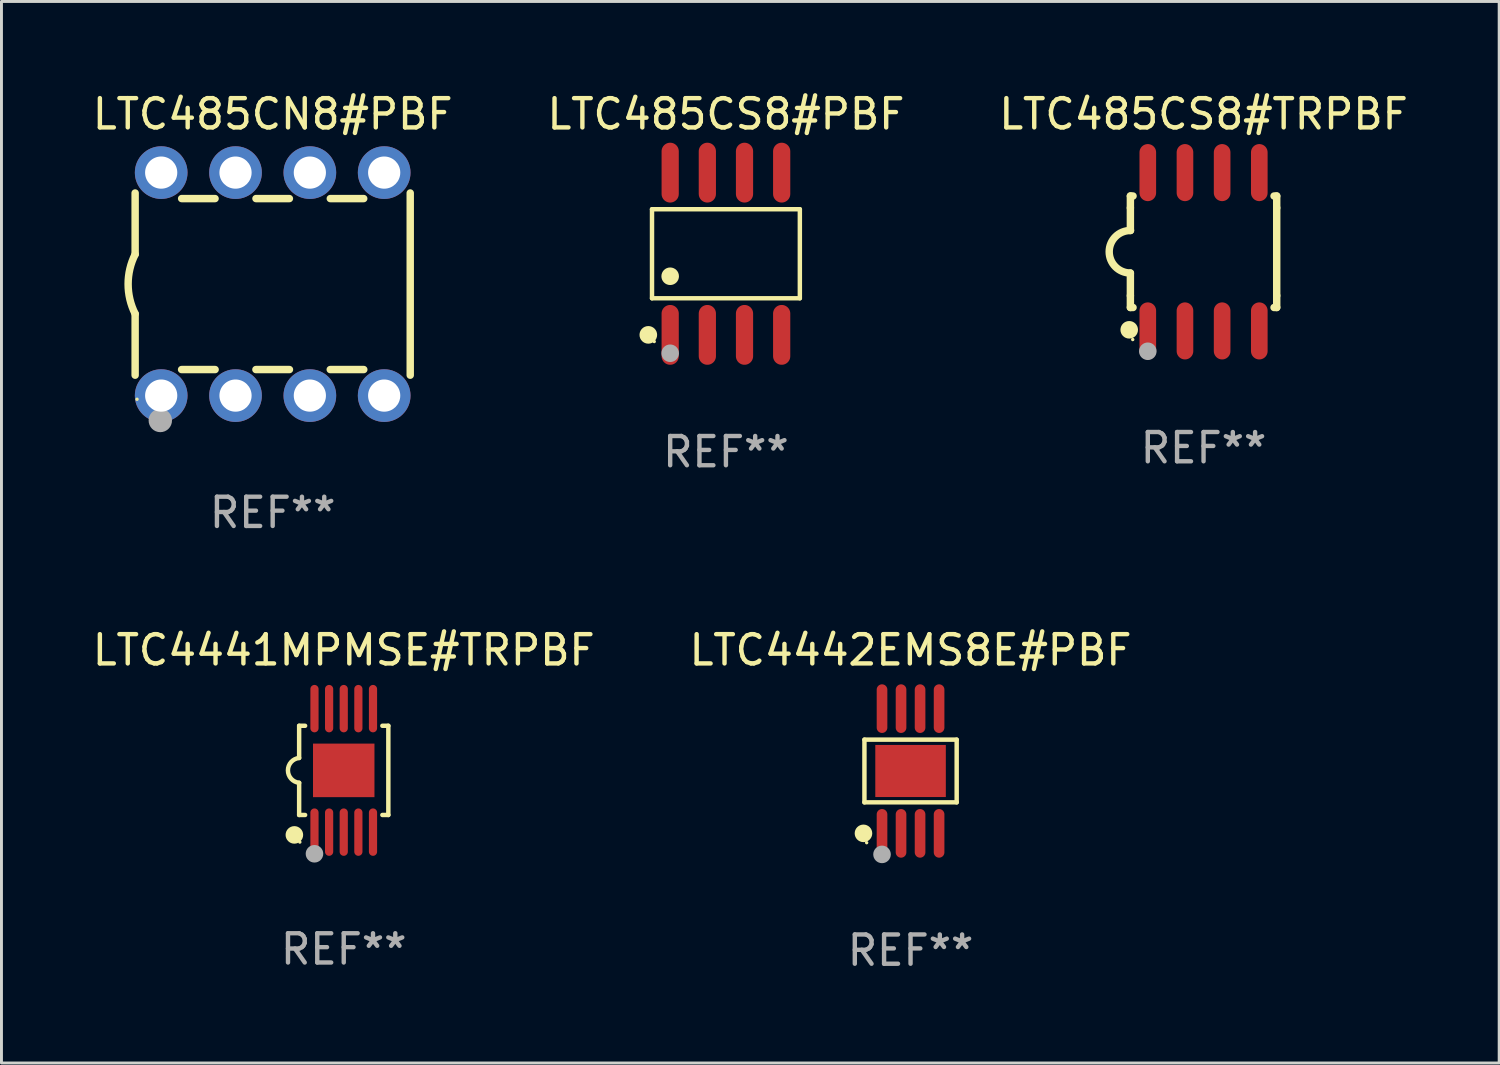
<source format=kicad_pcb>
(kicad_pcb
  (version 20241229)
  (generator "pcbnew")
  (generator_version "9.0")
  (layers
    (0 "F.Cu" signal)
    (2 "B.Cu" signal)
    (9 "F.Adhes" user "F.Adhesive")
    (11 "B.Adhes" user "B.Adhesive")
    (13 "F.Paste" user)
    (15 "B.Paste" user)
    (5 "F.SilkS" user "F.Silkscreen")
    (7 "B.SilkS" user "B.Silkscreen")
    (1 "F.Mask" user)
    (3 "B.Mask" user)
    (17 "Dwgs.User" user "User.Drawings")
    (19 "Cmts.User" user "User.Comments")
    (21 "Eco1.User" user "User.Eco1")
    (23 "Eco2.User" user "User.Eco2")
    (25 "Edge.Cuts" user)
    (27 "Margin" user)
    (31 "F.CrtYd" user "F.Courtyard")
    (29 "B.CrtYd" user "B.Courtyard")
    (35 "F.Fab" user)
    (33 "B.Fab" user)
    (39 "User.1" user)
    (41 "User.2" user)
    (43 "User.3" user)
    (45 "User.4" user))
  (footprint "LTC485CN8#PBF"
    (layer "F.Cu")
    (at 6.268 6.658)
    (property "Reference" "LTC485CN8#PBF" (at 0 -5.81 0) (layer "F.SilkS") (effects (font (size 1 1) (thickness 0.15))))
    (attr through_hole)
    (fp_line (start -4.7 -1.017) (end -4.7 -3.113) (stroke (width 0.254) (type solid)) (layer "F.SilkS"))
    (fp_line (start -4.7 1.015) (end -4.7 3.113) (stroke (width 0.254) (type solid)) (layer "F.SilkS"))
    (fp_line (start -3.113 2.92) (end -1.967 2.92) (stroke (width 0.254) (type solid)) (layer "F.SilkS"))
    (fp_line (start -3.111 -2.922) (end -1.969 -2.922) (stroke (width 0.254) (type solid)) (layer "F.SilkS"))
    (fp_line (start -0.573 2.92) (end 0.573 2.92) (stroke (width 0.254) (type solid)) (layer "F.SilkS"))
    (fp_line (start -0.571 -2.922) (end 0.571 -2.922) (stroke (width 0.254) (type solid)) (layer "F.SilkS"))
    (fp_line (start 1.967 2.92) (end 3.113 2.92) (stroke (width 0.254) (type solid)) (layer "F.SilkS"))
    (fp_line (start 1.969 -2.922) (end 3.111 -2.922) (stroke (width 0.254) (type solid)) (layer "F.SilkS"))
    (fp_line (start 4.7 -3.113) (end 4.7 3.113) (stroke (width 0.254) (type solid)) (layer "F.SilkS"))
    (fp_arc (start -4.7 1.01524) (mid -4.939846 -0.000762) (end -4.7 -1.016764) (stroke (width 0.254001) (type solid)) (layer "F.SilkS"))
    (fp_circle (center -4.636 3.935) (end -4.606 3.935) (stroke (width 0.06) (type solid)) (fill no) (layer "F.SilkS"))
    (fp_circle (center -3.84 4.66) (end -3.64 4.66) (stroke (width 0.4) (type solid)) (fill no) (layer "F.Fab"))
    (fp_text user "REF**" (at 0 7.81 0) (layer "F.Fab") (effects (font (size 1 1) (thickness 0.15))))
    (pad "1" thru_hole circle (at -3.81 3.81) (size 1.8 1.8) (drill 1.1) (layers "*.Cu" "*.Mask"))
    (pad "2" thru_hole circle (at -1.27 3.81) (size 1.8 1.8) (drill 1.1) (layers "*.Cu" "*.Mask"))
    (pad "3" thru_hole circle (at 1.27 3.81) (size 1.8 1.8) (drill 1.1) (layers "*.Cu" "*.Mask"))
    (pad "4" thru_hole circle (at 3.81 3.81) (size 1.8 1.8) (drill 1.1) (layers "*.Cu" "*.Mask"))
    (pad "5" thru_hole circle (at 3.81 -3.81) (size 1.8 1.8) (drill 1.1) (layers "*.Cu" "*.Mask"))
    (pad "6" thru_hole circle (at 1.27 -3.81) (size 1.8 1.8) (drill 1.1) (layers "*.Cu" "*.Mask"))
    (pad "7" thru_hole circle (at -1.27 -3.81) (size 1.8 1.8) (drill 1.1) (layers "*.Cu" "*.Mask"))
    (pad "8" thru_hole circle (at -3.81 -3.81) (size 1.8 1.8) (drill 1.1) (layers "*.Cu" "*.Mask")))
  (footprint "LTC4442EMS8E#PBF"
    (layer "F.Cu")
    (at 28.065 23.296)
    (property "Reference" "LTC4442EMS8E#PBF" (at 0 -4.131 0) (layer "F.SilkS") (effects (font (size 1 1) (thickness 0.15))))
    (attr through_hole)
    (fp_line (start -1.576 -1.071) (end 1.576 -1.071) (stroke (width 0.152) (type solid)) (layer "F.SilkS"))
    (fp_line (start -1.576 1.071) (end -1.576 -1.071) (stroke (width 0.152) (type solid)) (layer "F.SilkS"))
    (fp_line (start 1.576 -1.071) (end 1.576 1.071) (stroke (width 0.152) (type solid)) (layer "F.SilkS"))
    (fp_line (start 1.576 1.071) (end -1.576 1.071) (stroke (width 0.152) (type solid)) (layer "F.SilkS"))
    (fp_circle (center -1.609 2.131) (end -1.459 2.131) (stroke (width 0.3) (type solid)) (fill no) (layer "F.SilkS"))
    (fp_circle (center -1.5 2.45) (end -1.47 2.45) (stroke (width 0.06) (type solid)) (fill no) (layer "F.SilkS"))
    (fp_circle (center -0.975 2.85) (end -0.825 2.85) (stroke (width 0.3) (type solid)) (fill no) (layer "F.Fab"))
    (fp_text user "REF**" (at 0 6.131 0) (layer "F.Fab") (effects (font (size 1 1) (thickness 0.15))))
    (pad "1" smd oval (at -0.975 2.131) (size 0.364 1.662) (layers "F.Cu" "F.Mask" "F.Paste"))
    (pad "2" smd oval (at -0.325 2.131) (size 0.364 1.662) (layers "F.Cu" "F.Mask" "F.Paste"))
    (pad "3" smd oval (at 0.325 2.131) (size 0.364 1.662) (layers "F.Cu" "F.Mask" "F.Paste"))
    (pad "4" smd oval (at 0.975 2.131) (size 0.364 1.662) (layers "F.Cu" "F.Mask" "F.Paste"))
    (pad "5" smd oval (at 0.975 -2.131) (size 0.364 1.662) (layers "F.Cu" "F.Mask" "F.Paste"))
    (pad "6" smd oval (at 0.325 -2.131) (size 0.364 1.662) (layers "F.Cu" "F.Mask" "F.Paste"))
    (pad "7" smd oval (at -0.325 -2.131) (size 0.364 1.662) (layers "F.Cu" "F.Mask" "F.Paste"))
    (pad "8" smd oval (at -0.975 -2.131) (size 0.364 1.662) (layers "F.Cu" "F.Mask" "F.Paste"))
    (pad "9" smd rect (at 0 0) (size 2.41 1.78) (layers "F.Cu" "F.Mask" "F.Paste")))
  (footprint "LTC485CS8#TRPBF"
    (layer "F.Cu")
    (at 38.077 5.553)
    (property "Reference" "LTC485CS8#TRPBF" (at 0 -4.705 0) (layer "F.SilkS") (effects (font (size 1 1) (thickness 0.15))))
    (attr through_hole)
    (fp_line (start -2.5 -1.905) (end -2.409 -1.905) (stroke (width 0.254) (type solid)) (layer "F.SilkS"))
    (fp_line (start -2.5 -1.5) (end -2.5 -1.905) (stroke (width 0.254) (type solid)) (layer "F.SilkS"))
    (fp_line (start -2.5 -1.5) (end -2.5 -0.726) (stroke (width 0.254) (type solid)) (layer "F.SilkS"))
    (fp_line (start -2.5 1.5) (end -2.5 0.727) (stroke (width 0.254) (type solid)) (layer "F.SilkS"))
    (fp_line (start -2.5 1.5) (end -2.5 1.905) (stroke (width 0.254) (type solid)) (layer "F.SilkS"))
    (fp_line (start -2.5 1.905) (end -2.409 1.905) (stroke (width 0.254) (type solid)) (layer "F.SilkS"))
    (fp_line (start 2.5 -1.905) (end 2.409 -1.905) (stroke (width 0.254) (type solid)) (layer "F.SilkS"))
    (fp_line (start 2.5 -1.5) (end 2.5 -1.905) (stroke (width 0.254) (type solid)) (layer "F.SilkS"))
    (fp_line (start 2.5 -1.5) (end 2.5 1.5) (stroke (width 0.254) (type solid)) (layer "F.SilkS"))
    (fp_line (start 2.5 1.5) (end 2.5 1.905) (stroke (width 0.254) (type solid)) (layer "F.SilkS"))
    (fp_line (start 2.5 1.905) (end 2.409 1.905) (stroke (width 0.254) (type solid)) (layer "F.SilkS"))
    (fp_arc (start -2.5 0.726568) (mid -3.220316 -0.0023) (end -2.495097 -0.726289) (stroke (width 0.254001) (type solid)) (layer "F.SilkS"))
    (fp_circle (center -2.54 2.667) (end -2.39 2.667) (stroke (width 0.3) (type solid)) (fill no) (layer "F.SilkS"))
    (fp_circle (center -2.42 3) (end -2.39 3) (stroke (width 0.06) (type solid)) (fill no) (layer "F.SilkS"))
    (fp_circle (center -1.905 3.4) (end -1.755 3.4) (stroke (width 0.3) (type solid)) (fill no) (layer "F.Fab"))
    (fp_text user "REF**" (at 0 6.705 0) (layer "F.Fab") (effects (font (size 1 1) (thickness 0.15))))
    (pad "1" smd oval (at -1.905 2.705) (size 0.568 1.95) (layers "F.Cu" "F.Mask" "F.Paste"))
    (pad "2" smd oval (at -0.635 2.705) (size 0.568 1.95) (layers "F.Cu" "F.Mask" "F.Paste"))
    (pad "3" smd oval (at 0.635 2.705) (size 0.568 1.95) (layers "F.Cu" "F.Mask" "F.Paste"))
    (pad "4" smd oval (at 1.905 2.705) (size 0.568 1.95) (layers "F.Cu" "F.Mask" "F.Paste"))
    (pad "5" smd oval (at 1.905 -2.705) (size 0.568 1.95) (layers "F.Cu" "F.Mask" "F.Paste"))
    (pad "6" smd oval (at 0.635 -2.705) (size 0.568 1.95) (layers "F.Cu" "F.Mask" "F.Paste"))
    (pad "7" smd oval (at -0.635 -2.705) (size 0.568 1.95) (layers "F.Cu" "F.Mask" "F.Paste"))
    (pad "8" smd oval (at -1.905 -2.705) (size 0.568 1.95) (layers "F.Cu" "F.Mask" "F.Paste")))
  (footprint "LTC4441MPMSE#TRPBF"
    (layer "F.Cu")
    (at 8.696 23.275)
    (property "Reference" "LTC4441MPMSE#TRPBF" (at 0 -4.11 0) (layer "F.SilkS") (effects (font (size 1 1) (thickness 0.15))))
    (attr through_hole)
    (fp_line (start -1.524 -1.524) (end -1.524 -0.424) (stroke (width 0.152) (type solid)) (layer "F.SilkS"))
    (fp_line (start -1.524 1.524) (end -1.524 0.424) (stroke (width 0.152) (type solid)) (layer "F.SilkS"))
    (fp_line (start -1.524 1.524) (end -1.32 1.524) (stroke (width 0.152) (type solid)) (layer "F.SilkS"))
    (fp_line (start -1.32 -1.524) (end -1.524 -1.524) (stroke (width 0.152) (type solid)) (layer "F.SilkS"))
    (fp_line (start 1.32 1.524) (end 1.524 1.524) (stroke (width 0.152) (type solid)) (layer "F.SilkS"))
    (fp_line (start 1.524 -1.524) (end 1.32 -1.524) (stroke (width 0.152) (type solid)) (layer "F.SilkS"))
    (fp_line (start 1.524 1.524) (end 1.524 -1.524) (stroke (width 0.152) (type solid)) (layer "F.SilkS"))
    (fp_arc (start -1.524003 0.424003) (mid -1.906663 -0.000089) (end -1.524004 -0.424181) (stroke (width 0.151994) (type solid)) (layer "F.SilkS"))
    (fp_circle (center -1.687 2.205) (end -1.537 2.205) (stroke (width 0.3) (type solid)) (fill no) (layer "F.SilkS"))
    (fp_circle (center -1.5 2.45) (end -1.47 2.45) (stroke (width 0.06) (type solid)) (fill no) (layer "F.SilkS"))
    (fp_circle (center -1 2.85) (end -0.85 2.85) (stroke (width 0.3) (type solid)) (fill no) (layer "F.Fab"))
    (fp_text user "REF**" (at 0 6.11 0) (layer "F.Fab") (effects (font (size 1 1) (thickness 0.15))))
    (pad "1" smd oval (at -1 2.11) (size 0.28 1.62) (layers "F.Cu" "F.Mask" "F.Paste"))
    (pad "2" smd oval (at -0.5 2.11) (size 0.28 1.62) (layers "F.Cu" "F.Mask" "F.Paste"))
    (pad "3" smd oval (at 0 2.11) (size 0.28 1.62) (layers "F.Cu" "F.Mask" "F.Paste"))
    (pad "4" smd oval (at 0.5 2.11) (size 0.28 1.62) (layers "F.Cu" "F.Mask" "F.Paste"))
    (pad "5" smd oval (at 1 2.11) (size 0.28 1.62) (layers "F.Cu" "F.Mask" "F.Paste"))
    (pad "6" smd oval (at 1 -2.11) (size 0.28 1.62) (layers "F.Cu" "F.Mask" "F.Paste"))
    (pad "7" smd oval (at 0.5 -2.11) (size 0.28 1.62) (layers "F.Cu" "F.Mask" "F.Paste"))
    (pad "8" smd oval (at 0 -2.11) (size 0.28 1.62) (layers "F.Cu" "F.Mask" "F.Paste"))
    (pad "9" smd oval (at -0.5 -2.11) (size 0.28 1.62) (layers "F.Cu" "F.Mask" "F.Paste"))
    (pad "10" smd oval (at -1 -2.11) (size 0.28 1.62) (layers "F.Cu" "F.Mask" "F.Paste"))
    (pad "11" smd rect (at 0 0) (size 2.1 1.83) (layers "F.Cu" "F.Mask" "F.Paste")))
  (footprint "LTC485CS8#PBF"
    (layer "F.Cu")
    (at 21.756 5.621)
    (property "Reference" "LTC485CS8#PBF" (at 0 -4.772 0) (layer "F.SilkS") (effects (font (size 1 1) (thickness 0.15))))
    (attr through_hole)
    (fp_line (start -2.526 -1.521) (end 2.526 -1.521) (stroke (width 0.152) (type solid)) (layer "F.SilkS"))
    (fp_line (start -2.526 1.521) (end -2.526 -1.521) (stroke (width 0.152) (type solid)) (layer "F.SilkS"))
    (fp_line (start 2.526 -1.521) (end 2.526 1.521) (stroke (width 0.152) (type solid)) (layer "F.SilkS"))
    (fp_line (start 2.526 1.521) (end -2.526 1.521) (stroke (width 0.152) (type solid)) (layer "F.SilkS"))
    (fp_circle (center -2.652 2.772) (end -2.501 2.772) (stroke (width 0.3) (type solid)) (fill no) (layer "F.SilkS"))
    (fp_circle (center -2.45 3) (end -2.42 3) (stroke (width 0.06) (type solid)) (fill no) (layer "F.SilkS"))
    (fp_circle (center -1.905 0.769) (end -1.755 0.769) (stroke (width 0.3) (type solid)) (fill no) (layer "F.SilkS"))
    (fp_circle (center -1.905 3.4) (end -1.755 3.4) (stroke (width 0.3) (type solid)) (fill no) (layer "F.Fab"))
    (fp_text user "REF**" (at 0 6.772 0) (layer "F.Fab") (effects (font (size 1 1) (thickness 0.15))))
    (pad "1" smd oval (at -1.905 2.772) (size 0.588 2.045) (layers "F.Cu" "F.Mask" "F.Paste"))
    (pad "2" smd oval (at -0.635 2.772) (size 0.588 2.045) (layers "F.Cu" "F.Mask" "F.Paste"))
    (pad "3" smd oval (at 0.635 2.772) (size 0.588 2.045) (layers "F.Cu" "F.Mask" "F.Paste"))
    (pad "4" smd oval (at 1.905 2.772) (size 0.588 2.045) (layers "F.Cu" "F.Mask" "F.Paste"))
    (pad "5" smd oval (at 1.905 -2.772) (size 0.588 2.045) (layers "F.Cu" "F.Mask" "F.Paste"))
    (pad "6" smd oval (at 0.635 -2.772) (size 0.588 2.045) (layers "F.Cu" "F.Mask" "F.Paste"))
    (pad "7" smd oval (at -0.635 -2.772) (size 0.588 2.045) (layers "F.Cu" "F.Mask" "F.Paste"))
    (pad "8" smd oval (at -1.905 -2.772) (size 0.588 2.045) (layers "F.Cu" "F.Mask" "F.Paste")))
  (gr_rect
    (start -3 -3)
    (end 48.179 33.275)
    (stroke (width 0.1) (type default))
    (fill no)
    (layer "Edge.Cuts")))
</source>
